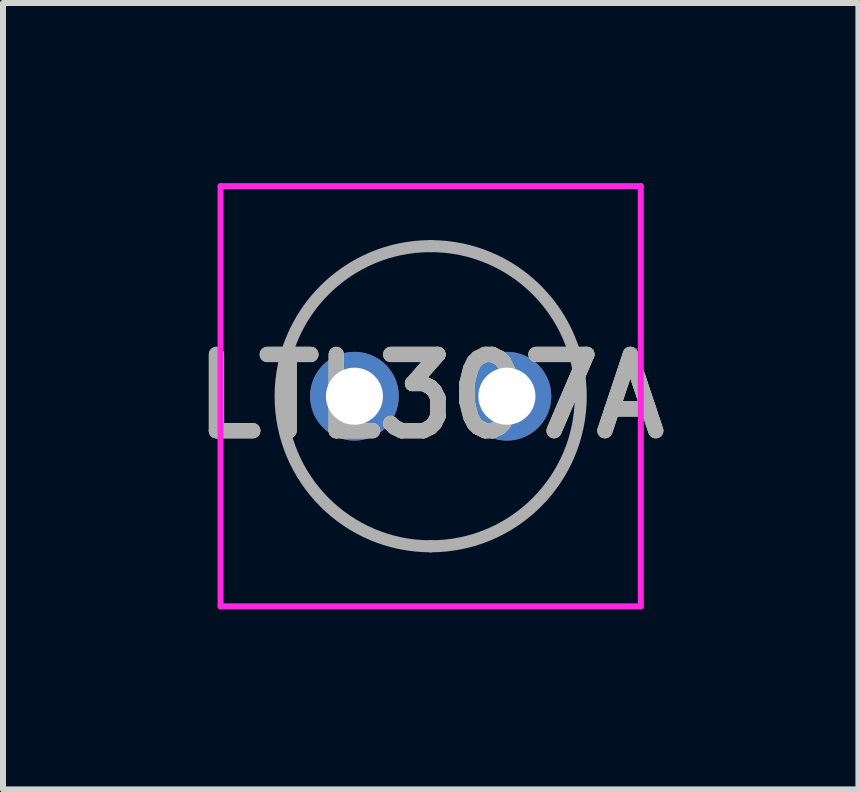
<source format=kicad_pcb>
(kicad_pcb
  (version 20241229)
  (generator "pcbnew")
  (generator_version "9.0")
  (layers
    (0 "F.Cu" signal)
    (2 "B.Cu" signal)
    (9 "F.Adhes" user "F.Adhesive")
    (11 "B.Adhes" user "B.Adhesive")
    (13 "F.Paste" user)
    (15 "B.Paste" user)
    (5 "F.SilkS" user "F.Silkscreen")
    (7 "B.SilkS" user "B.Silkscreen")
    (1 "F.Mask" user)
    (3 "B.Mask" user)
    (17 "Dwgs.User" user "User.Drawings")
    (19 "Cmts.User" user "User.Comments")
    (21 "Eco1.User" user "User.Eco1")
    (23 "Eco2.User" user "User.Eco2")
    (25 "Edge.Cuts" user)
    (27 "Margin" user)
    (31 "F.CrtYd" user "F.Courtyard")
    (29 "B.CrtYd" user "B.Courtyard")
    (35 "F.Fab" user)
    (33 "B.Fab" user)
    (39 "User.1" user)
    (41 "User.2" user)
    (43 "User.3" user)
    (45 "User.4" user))
  (footprint "LTL307A"
    (layer "F.Cu")
    (at 2.854 3.55)
    (property "Reference" "LTL307A" (at 1.27 0 0) (layer "F.SilkS") (effects (font (size 1.27 1.27) (thickness 0.254))))
    (attr through_hole)
    (fp_line (start 1.27 -2.5) (end 1.27 -2.5) (stroke (width 0.1) (type solid)) (layer "F.SilkS"))
    (fp_line (start 1.27 2.5) (end 1.27 2.5) (stroke (width 0.1) (type solid)) (layer "F.SilkS"))
    (fp_arc (start 1.27 -2.5) (mid 3.77 0) (end 1.27 2.5) (stroke (width 0.1) (type solid)) (layer "F.SilkS"))
    (fp_arc (start 1.27 2.5) (mid -1.23 0) (end 1.27 -2.5) (stroke (width 0.1) (type solid)) (layer "F.SilkS"))
    (fp_line (start -2.23 -3.5) (end 4.77 -3.5) (stroke (width 0.1) (type solid)) (layer "F.CrtYd"))
    (fp_line (start -2.23 3.5) (end -2.23 -3.5) (stroke (width 0.1) (type solid)) (layer "F.CrtYd"))
    (fp_line (start 4.77 -3.5) (end 4.77 3.5) (stroke (width 0.1) (type solid)) (layer "F.CrtYd"))
    (fp_line (start 4.77 3.5) (end -2.23 3.5) (stroke (width 0.1) (type solid)) (layer "F.CrtYd"))
    (fp_line (start 1.27 -2.5) (end 1.27 -2.5) (stroke (width 0.2) (type solid)) (layer "F.Fab"))
    (fp_line (start 1.27 2.5) (end 1.27 2.5) (stroke (width 0.2) (type solid)) (layer "F.Fab"))
    (fp_arc (start 1.27 -2.5) (mid 3.77 0) (end 1.27 2.5) (stroke (width 0.2) (type solid)) (layer "F.Fab"))
    (fp_arc (start 1.27 2.5) (mid -1.23 0) (end 1.27 -2.5) (stroke (width 0.2) (type solid)) (layer "F.Fab"))
    (fp_text user "${REFERENCE}" (at 1.27 0 0) (layer "F.Fab") (effects (font (size 1.27 1.27) (thickness 0.254))))
    (pad "1" thru_hole circle (at 0 0) (size 1.478 1.478) (drill 0.95) (layers "*.Cu" "*.Mask"))
    (pad "2" thru_hole circle (at 2.54 0) (size 1.478 1.478) (drill 0.95) (layers "*.Cu" "*.Mask")))
  (gr_rect
    (start -3 -3)
    (end 11.249 10.1)
    (stroke (width 0.1) (type default))
    (fill no)
    (layer "Edge.Cuts")))
</source>
